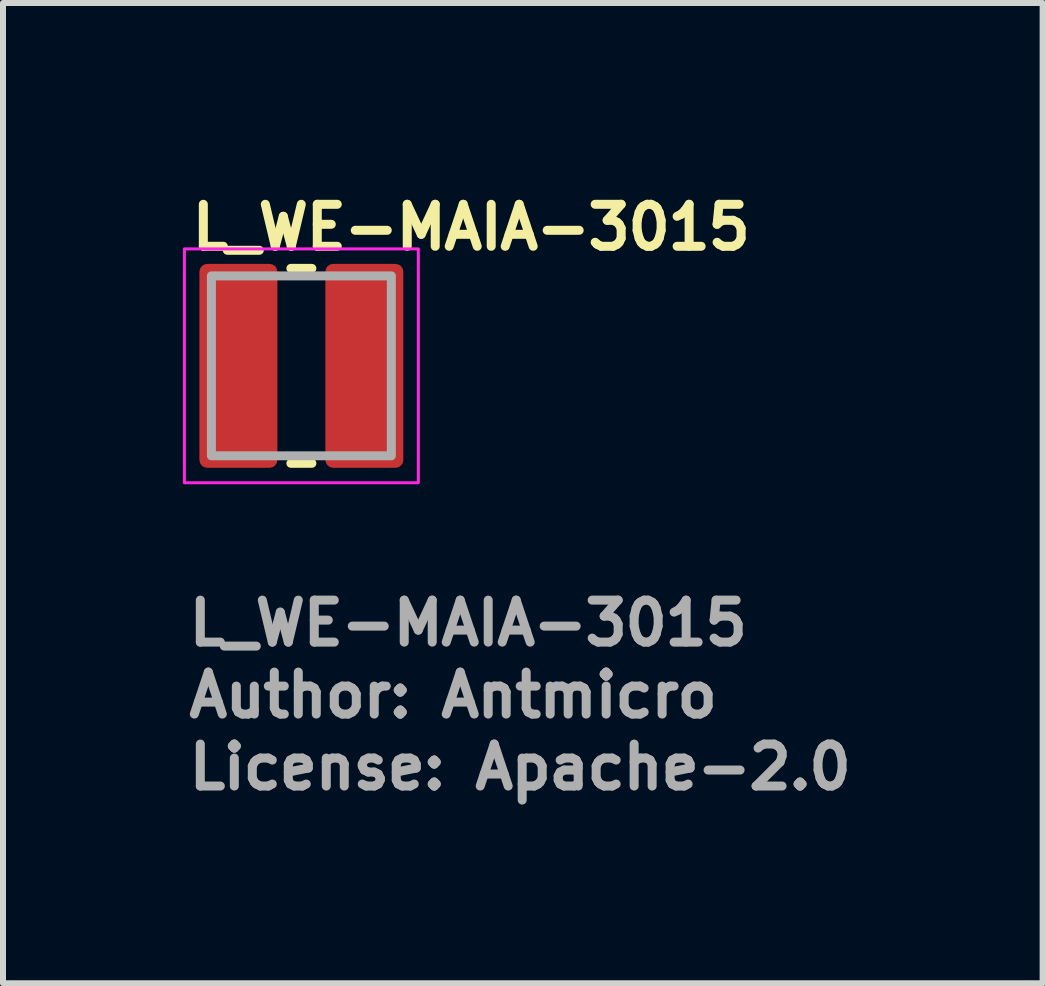
<source format=kicad_pcb>
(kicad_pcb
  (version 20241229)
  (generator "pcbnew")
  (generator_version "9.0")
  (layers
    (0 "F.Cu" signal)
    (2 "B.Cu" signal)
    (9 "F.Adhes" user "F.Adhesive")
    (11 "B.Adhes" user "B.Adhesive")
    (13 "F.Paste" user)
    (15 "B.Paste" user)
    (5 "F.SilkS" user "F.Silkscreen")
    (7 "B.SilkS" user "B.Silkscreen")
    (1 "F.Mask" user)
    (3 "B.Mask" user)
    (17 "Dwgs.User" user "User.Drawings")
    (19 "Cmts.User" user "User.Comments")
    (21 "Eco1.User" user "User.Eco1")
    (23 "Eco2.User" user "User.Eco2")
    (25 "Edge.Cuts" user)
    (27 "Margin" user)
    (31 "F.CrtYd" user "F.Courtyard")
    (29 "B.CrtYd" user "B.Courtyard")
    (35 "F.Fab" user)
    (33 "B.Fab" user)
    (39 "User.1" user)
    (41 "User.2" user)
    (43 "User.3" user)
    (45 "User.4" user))
  (footprint "L_WE-MAIA-3015"
    (layer "F.Cu")
    (at 1.975 3.05)
    (property "Reference" "L_WE-MAIA-3015" (at -1.9 -1.9 0) (unlocked yes) (layer "F.SilkS") (effects (font (size 0.7 0.7) (thickness 0.15)) (justify left bottom)))
    (attr smd)
    (fp_line (start -0.175 -1.625) (end 0.175 -1.625) (stroke (width 0.15) (type solid)) (layer "F.SilkS"))
    (fp_line (start -0.175 1.625) (end 0.175 1.625) (stroke (width 0.15) (type solid)) (layer "F.SilkS"))
    (fp_rect (start -1.95 -1.95) (end 1.95 1.95) (stroke (width 0.05) (type solid)) (fill no) (layer "F.CrtYd"))
    (fp_rect (start -1.5 -1.5) (end 1.5 1.5) (stroke (width 0.15) (type solid)) (fill no) (layer "F.Fab"))
    (fp_rect (start -1.5 -1.5) (end 1.5 1.5) (stroke (width 0.1) (type solid)) (fill no) (layer "User.5"))
    (fp_line (start -1.5 -1.5) (end 1.5 -1.5) (stroke (width 0.02) (type solid)) (layer "User.9"))
    (fp_line (start -1.5 1.5) (end -1.5 -1.5) (stroke (width 0.02) (type solid)) (layer "User.9"))
    (fp_line (start 1.5 -1.5) (end 1.5 1.5) (stroke (width 0.02) (type solid)) (layer "User.9"))
    (fp_line (start 1.5 1.5) (end -1.5 1.5) (stroke (width 0.02) (type solid)) (layer "User.9"))
    (fp_text user "${REFERENCE}" (at -1.95 4.7 0) (unlocked yes) (layer "F.Fab") (effects (font (size 0.7 0.7) (thickness 0.15)) (justify left bottom)))
    (fp_text user "Author: Antmicro" (at -1.95 5.9 0) (layer "F.Fab") (effects (font (size 0.7 0.7) (thickness 0.15)) (justify left bottom)))
    (fp_text user "License: Apache-2.0" (at -1.95 7.1 0) (layer "F.Fab") (effects (font (size 0.7 0.7) (thickness 0.15)) (justify left bottom)))
    (pad "1" smd roundrect (at -1.05 0) (size 1.3 3.4) (layers "F.Cu" "F.Mask" "F.Paste") (roundrect_rratio 0.1))
    (pad "2" smd roundrect (at 1.05 0) (size 1.3 3.4) (layers "F.Cu" "F.Mask" "F.Paste") (roundrect_rratio 0.1)))
  (gr_rect
    (start -3 -3)
    (end 14.335 13.345)
    (stroke (width 0.1) (type default))
    (fill no)
    (layer "Edge.Cuts")))
</source>
